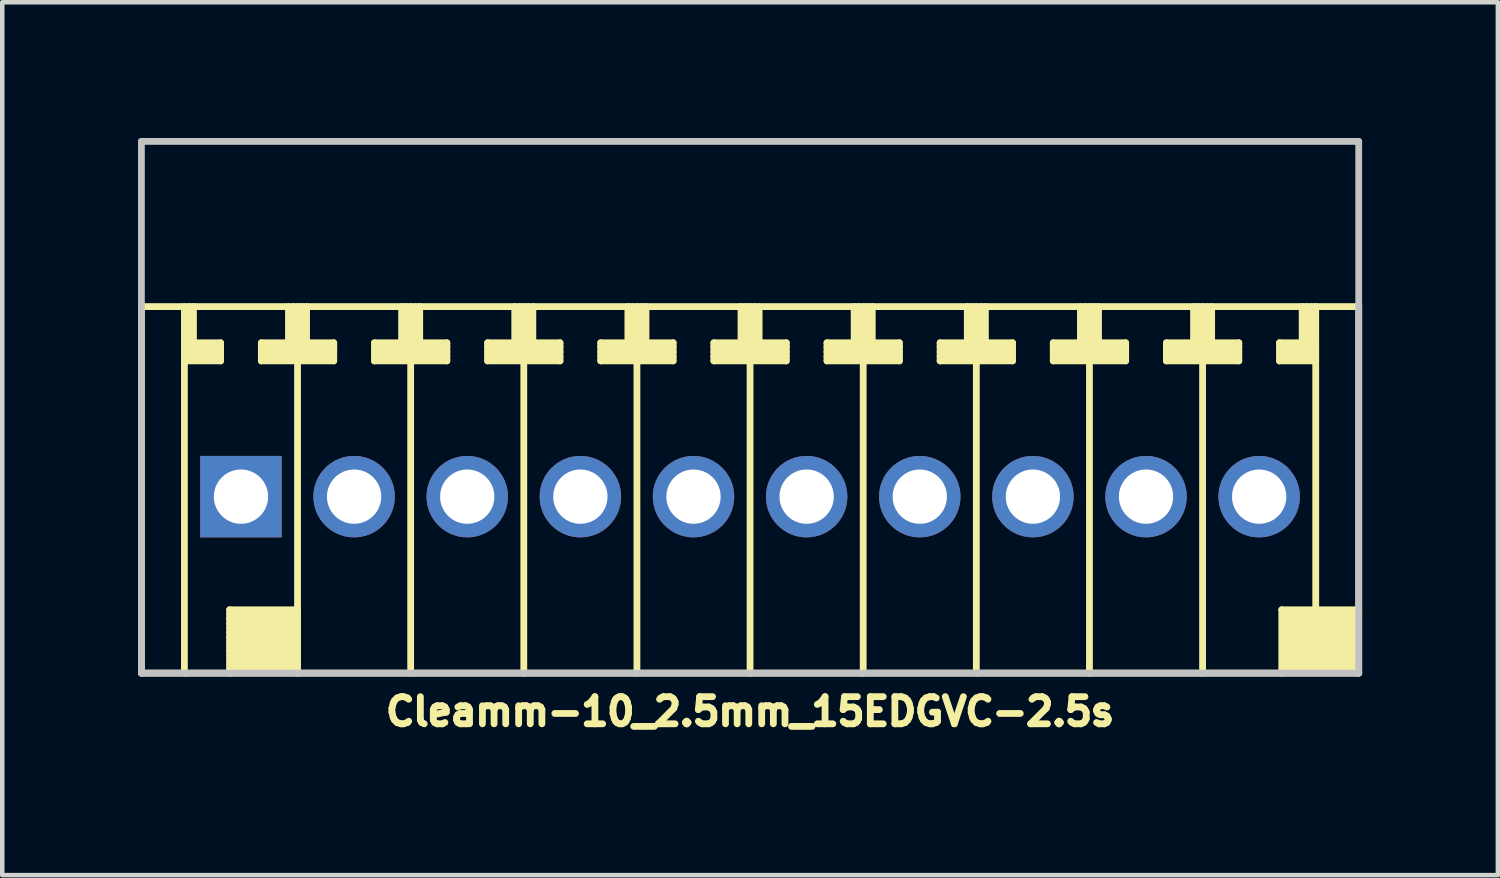
<source format=kicad_pcb>
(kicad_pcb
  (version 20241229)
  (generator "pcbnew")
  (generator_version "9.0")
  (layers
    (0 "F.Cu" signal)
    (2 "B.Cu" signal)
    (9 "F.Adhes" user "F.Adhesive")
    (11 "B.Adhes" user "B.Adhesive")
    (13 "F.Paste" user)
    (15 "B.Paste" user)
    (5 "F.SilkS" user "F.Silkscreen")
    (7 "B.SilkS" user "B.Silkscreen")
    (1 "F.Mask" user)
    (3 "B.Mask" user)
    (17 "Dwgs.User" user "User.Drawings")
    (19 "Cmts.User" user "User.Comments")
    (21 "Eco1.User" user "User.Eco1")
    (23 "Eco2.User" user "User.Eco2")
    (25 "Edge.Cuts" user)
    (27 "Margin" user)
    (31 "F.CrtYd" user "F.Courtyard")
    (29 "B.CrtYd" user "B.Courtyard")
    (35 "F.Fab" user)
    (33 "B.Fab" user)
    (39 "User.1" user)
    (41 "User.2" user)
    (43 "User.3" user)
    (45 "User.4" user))
  (footprint "Cleamm-10_2.5mm_15EDGVC-2.5s"
    (layer "F.Cu")
    (at 13.525 7.925)
    (property "Reference" "Cleamm-10_2.5mm_15EDGVC-2.5s" (at 0 4.75 0) (layer "F.SilkS") (effects (font (size 0.6 0.6) (thickness 0.15))))
    (attr through_hole)
    (fp_line (start -13.45 -4.2) (end 13.45 -4.2) (stroke (width 0.15) (type solid)) (layer "F.SilkS"))
    (fp_line (start -13.45 3.9) (end -13.45 -4.2) (stroke (width 0.15) (type solid)) (layer "F.SilkS"))
    (fp_line (start -12.5 -4.2) (end -12.5 3.9) (stroke (width 0.15) (type solid)) (layer "F.SilkS"))
    (fp_line (start -12.5 -3.2) (end -11.7 -3.2) (stroke (width 0.15) (type solid)) (layer "F.SilkS"))
    (fp_line (start -12.5 -3.1) (end -11.7 -3.1) (stroke (width 0.15) (type solid)) (layer "F.SilkS"))
    (fp_line (start -12.4 -4.2) (end -12.4 -3.4) (stroke (width 0.15) (type solid)) (layer "F.SilkS"))
    (fp_line (start -12.3 -4.2) (end -12.3 -3.4) (stroke (width 0.15) (type solid)) (layer "F.SilkS"))
    (fp_line (start -11.7 -3.4) (end -12.3 -3.4) (stroke (width 0.15) (type solid)) (layer "F.SilkS"))
    (fp_line (start -11.7 -3.3) (end -12.5 -3.3) (stroke (width 0.15) (type solid)) (layer "F.SilkS"))
    (fp_line (start -11.7 -3) (end -12.5 -3) (stroke (width 0.15) (type solid)) (layer "F.SilkS"))
    (fp_line (start -11.7 -3) (end -11.7 -3.4) (stroke (width 0.15) (type solid)) (layer "F.SilkS"))
    (fp_line (start -11.5 2.5) (end -11.5 3.9) (stroke (width 0.15) (type solid)) (layer "F.SilkS"))
    (fp_line (start -11.5 2.5) (end -10 2.5) (stroke (width 0.15) (type solid)) (layer "F.SilkS"))
    (fp_line (start -11.5 2.7) (end -10 2.7) (stroke (width 0.15) (type solid)) (layer "F.SilkS"))
    (fp_line (start -11.5 2.9) (end -10 2.9) (stroke (width 0.15) (type solid)) (layer "F.SilkS"))
    (fp_line (start -11.5 3.1) (end -10 3.1) (stroke (width 0.15) (type solid)) (layer "F.SilkS"))
    (fp_line (start -11.5 3.3) (end -10 3.3) (stroke (width 0.15) (type solid)) (layer "F.SilkS"))
    (fp_line (start -11.5 3.5) (end -10 3.5) (stroke (width 0.15) (type solid)) (layer "F.SilkS"))
    (fp_line (start -11.5 3.7) (end -10 3.7) (stroke (width 0.15) (type solid)) (layer "F.SilkS"))
    (fp_line (start -10.8 -3.4) (end -10.8 -3) (stroke (width 0.15) (type solid)) (layer "F.SilkS"))
    (fp_line (start -10.8 -3.3) (end -9.2 -3.3) (stroke (width 0.15) (type solid)) (layer "F.SilkS"))
    (fp_line (start -10.8 -3.1) (end -9.2 -3.1) (stroke (width 0.15) (type solid)) (layer "F.SilkS"))
    (fp_line (start -10.8 -3) (end -9.2 -3) (stroke (width 0.15) (type solid)) (layer "F.SilkS"))
    (fp_line (start -10.2 -4.2) (end -10.2 -3.4) (stroke (width 0.15) (type solid)) (layer "F.SilkS"))
    (fp_line (start -10.2 -3.4) (end -10.8 -3.4) (stroke (width 0.15) (type solid)) (layer "F.SilkS"))
    (fp_line (start -10.1 -4.2) (end -10.1 -3.4) (stroke (width 0.15) (type solid)) (layer "F.SilkS"))
    (fp_line (start -10 -4.2) (end -10 3.9) (stroke (width 0.15) (type solid)) (layer "F.SilkS"))
    (fp_line (start -10 2.6) (end -11.5 2.6) (stroke (width 0.15) (type solid)) (layer "F.SilkS"))
    (fp_line (start -10 2.8) (end -11.5 2.8) (stroke (width 0.15) (type solid)) (layer "F.SilkS"))
    (fp_line (start -10 3) (end -11.5 3) (stroke (width 0.15) (type solid)) (layer "F.SilkS"))
    (fp_line (start -10 3.2) (end -11.5 3.2) (stroke (width 0.15) (type solid)) (layer "F.SilkS"))
    (fp_line (start -10 3.4) (end -11.5 3.4) (stroke (width 0.15) (type solid)) (layer "F.SilkS"))
    (fp_line (start -10 3.6) (end -11.5 3.6) (stroke (width 0.15) (type solid)) (layer "F.SilkS"))
    (fp_line (start -10 3.8) (end -11.5 3.8) (stroke (width 0.15) (type solid)) (layer "F.SilkS"))
    (fp_line (start -9.9 -4.2) (end -9.9 -3.4) (stroke (width 0.15) (type solid)) (layer "F.SilkS"))
    (fp_line (start -9.8 -4.2) (end -9.8 -3.4) (stroke (width 0.15) (type solid)) (layer "F.SilkS"))
    (fp_line (start -9.2 -3.4) (end -9.8 -3.4) (stroke (width 0.15) (type solid)) (layer "F.SilkS"))
    (fp_line (start -9.2 -3.2) (end -10.8 -3.2) (stroke (width 0.15) (type solid)) (layer "F.SilkS"))
    (fp_line (start -9.2 -3) (end -9.2 -3.4) (stroke (width 0.15) (type solid)) (layer "F.SilkS"))
    (fp_line (start -8.3 -3.4) (end -8.3 -3) (stroke (width 0.15) (type solid)) (layer "F.SilkS"))
    (fp_line (start -8.3 -3.3) (end -6.7 -3.3) (stroke (width 0.15) (type solid)) (layer "F.SilkS"))
    (fp_line (start -8.3 -3.1) (end -6.7 -3.1) (stroke (width 0.15) (type solid)) (layer "F.SilkS"))
    (fp_line (start -8.3 -3) (end -6.7 -3) (stroke (width 0.15) (type solid)) (layer "F.SilkS"))
    (fp_line (start -7.7 -4.2) (end -7.7 -3.4) (stroke (width 0.15) (type solid)) (layer "F.SilkS"))
    (fp_line (start -7.7 -3.4) (end -8.3 -3.4) (stroke (width 0.15) (type solid)) (layer "F.SilkS"))
    (fp_line (start -7.6 -4.2) (end -7.6 -3.4) (stroke (width 0.15) (type solid)) (layer "F.SilkS"))
    (fp_line (start -7.5 -4.2) (end -7.5 3.9) (stroke (width 0.15) (type solid)) (layer "F.SilkS"))
    (fp_line (start -7.4 -4.2) (end -7.4 -3.4) (stroke (width 0.15) (type solid)) (layer "F.SilkS"))
    (fp_line (start -7.3 -4.2) (end -7.3 -3.4) (stroke (width 0.15) (type solid)) (layer "F.SilkS"))
    (fp_line (start -6.7 -3.4) (end -7.3 -3.4) (stroke (width 0.15) (type solid)) (layer "F.SilkS"))
    (fp_line (start -6.7 -3.2) (end -8.3 -3.2) (stroke (width 0.15) (type solid)) (layer "F.SilkS"))
    (fp_line (start -6.7 -3) (end -6.7 -3.4) (stroke (width 0.15) (type solid)) (layer "F.SilkS"))
    (fp_line (start -5.8 -3.4) (end -5.8 -3) (stroke (width 0.15) (type solid)) (layer "F.SilkS"))
    (fp_line (start -5.8 -3.3) (end -4.2 -3.3) (stroke (width 0.15) (type solid)) (layer "F.SilkS"))
    (fp_line (start -5.8 -3.1) (end -4.2 -3.1) (stroke (width 0.15) (type solid)) (layer "F.SilkS"))
    (fp_line (start -5.8 -3) (end -4.2 -3) (stroke (width 0.15) (type solid)) (layer "F.SilkS"))
    (fp_line (start -5.2 -4.2) (end -5.2 -3.4) (stroke (width 0.15) (type solid)) (layer "F.SilkS"))
    (fp_line (start -5.2 -3.4) (end -5.8 -3.4) (stroke (width 0.15) (type solid)) (layer "F.SilkS"))
    (fp_line (start -5.1 -4.2) (end -5.1 -3.4) (stroke (width 0.15) (type solid)) (layer "F.SilkS"))
    (fp_line (start -5 -4.2) (end -5 3.9) (stroke (width 0.15) (type solid)) (layer "F.SilkS"))
    (fp_line (start -4.9 -4.2) (end -4.9 -3.4) (stroke (width 0.15) (type solid)) (layer "F.SilkS"))
    (fp_line (start -4.8 -4.2) (end -4.8 -3.4) (stroke (width 0.15) (type solid)) (layer "F.SilkS"))
    (fp_line (start -4.2 -3.4) (end -4.8 -3.4) (stroke (width 0.15) (type solid)) (layer "F.SilkS"))
    (fp_line (start -4.2 -3.2) (end -5.8 -3.2) (stroke (width 0.15) (type solid)) (layer "F.SilkS"))
    (fp_line (start -4.2 -3) (end -4.2 -3.4) (stroke (width 0.15) (type solid)) (layer "F.SilkS"))
    (fp_line (start -3.3 -3.4) (end -3.3 -3) (stroke (width 0.15) (type solid)) (layer "F.SilkS"))
    (fp_line (start -3.3 -3.3) (end -1.7 -3.3) (stroke (width 0.15) (type solid)) (layer "F.SilkS"))
    (fp_line (start -3.3 -3.1) (end -1.7 -3.1) (stroke (width 0.15) (type solid)) (layer "F.SilkS"))
    (fp_line (start -3.3 -3) (end -1.7 -3) (stroke (width 0.15) (type solid)) (layer "F.SilkS"))
    (fp_line (start -2.7 -4.2) (end -2.7 -3.4) (stroke (width 0.15) (type solid)) (layer "F.SilkS"))
    (fp_line (start -2.7 -3.4) (end -3.3 -3.4) (stroke (width 0.15) (type solid)) (layer "F.SilkS"))
    (fp_line (start -2.6 -4.2) (end -2.6 -3.4) (stroke (width 0.15) (type solid)) (layer "F.SilkS"))
    (fp_line (start -2.5 -4.2) (end -2.5 3.9) (stroke (width 0.15) (type solid)) (layer "F.SilkS"))
    (fp_line (start -2.4 -4.2) (end -2.4 -3.4) (stroke (width 0.15) (type solid)) (layer "F.SilkS"))
    (fp_line (start -2.3 -4.2) (end -2.3 -3.4) (stroke (width 0.15) (type solid)) (layer "F.SilkS"))
    (fp_line (start -1.7 -3.4) (end -2.3 -3.4) (stroke (width 0.15) (type solid)) (layer "F.SilkS"))
    (fp_line (start -1.7 -3.2) (end -3.3 -3.2) (stroke (width 0.15) (type solid)) (layer "F.SilkS"))
    (fp_line (start -1.7 -3) (end -1.7 -3.4) (stroke (width 0.15) (type solid)) (layer "F.SilkS"))
    (fp_line (start -0.8 -3.4) (end -0.8 -3) (stroke (width 0.15) (type solid)) (layer "F.SilkS"))
    (fp_line (start -0.8 -3.3) (end 0.8 -3.3) (stroke (width 0.15) (type solid)) (layer "F.SilkS"))
    (fp_line (start -0.8 -3.1) (end 0.8 -3.1) (stroke (width 0.15) (type solid)) (layer "F.SilkS"))
    (fp_line (start -0.8 -3) (end 0.8 -3) (stroke (width 0.15) (type solid)) (layer "F.SilkS"))
    (fp_line (start -0.2 -4.2) (end -0.2 -3.4) (stroke (width 0.15) (type solid)) (layer "F.SilkS"))
    (fp_line (start -0.2 -3.4) (end -0.8 -3.4) (stroke (width 0.15) (type solid)) (layer "F.SilkS"))
    (fp_line (start -0.1 -4.2) (end -0.1 -3.4) (stroke (width 0.15) (type solid)) (layer "F.SilkS"))
    (fp_line (start 0 -4.2) (end 0 3.9) (stroke (width 0.15) (type solid)) (layer "F.SilkS"))
    (fp_line (start 0.1 -4.2) (end 0.1 -3.4) (stroke (width 0.15) (type solid)) (layer "F.SilkS"))
    (fp_line (start 0.2 -4.2) (end 0.2 -3.4) (stroke (width 0.15) (type solid)) (layer "F.SilkS"))
    (fp_line (start 0.8 -3.4) (end 0.2 -3.4) (stroke (width 0.15) (type solid)) (layer "F.SilkS"))
    (fp_line (start 0.8 -3.2) (end -0.8 -3.2) (stroke (width 0.15) (type solid)) (layer "F.SilkS"))
    (fp_line (start 0.8 -3) (end 0.8 -3.4) (stroke (width 0.15) (type solid)) (layer "F.SilkS"))
    (fp_line (start 1.7 -3.4) (end 1.7 -3) (stroke (width 0.15) (type solid)) (layer "F.SilkS"))
    (fp_line (start 1.7 -3.3) (end 3.3 -3.3) (stroke (width 0.15) (type solid)) (layer "F.SilkS"))
    (fp_line (start 1.7 -3.1) (end 3.3 -3.1) (stroke (width 0.15) (type solid)) (layer "F.SilkS"))
    (fp_line (start 1.7 -3) (end 3.3 -3) (stroke (width 0.15) (type solid)) (layer "F.SilkS"))
    (fp_line (start 2.3 -4.2) (end 2.3 -3.4) (stroke (width 0.15) (type solid)) (layer "F.SilkS"))
    (fp_line (start 2.3 -3.4) (end 1.7 -3.4) (stroke (width 0.15) (type solid)) (layer "F.SilkS"))
    (fp_line (start 2.4 -4.2) (end 2.4 -3.4) (stroke (width 0.15) (type solid)) (layer "F.SilkS"))
    (fp_line (start 2.5 -4.2) (end 2.5 3.9) (stroke (width 0.15) (type solid)) (layer "F.SilkS"))
    (fp_line (start 2.6 -4.2) (end 2.6 -3.4) (stroke (width 0.15) (type solid)) (layer "F.SilkS"))
    (fp_line (start 2.7 -4.2) (end 2.7 -3.4) (stroke (width 0.15) (type solid)) (layer "F.SilkS"))
    (fp_line (start 3.3 -3.4) (end 2.7 -3.4) (stroke (width 0.15) (type solid)) (layer "F.SilkS"))
    (fp_line (start 3.3 -3.2) (end 1.7 -3.2) (stroke (width 0.15) (type solid)) (layer "F.SilkS"))
    (fp_line (start 3.3 -3) (end 3.3 -3.4) (stroke (width 0.15) (type solid)) (layer "F.SilkS"))
    (fp_line (start 4.2 -3.4) (end 4.2 -3) (stroke (width 0.15) (type solid)) (layer "F.SilkS"))
    (fp_line (start 4.2 -3.3) (end 5.8 -3.3) (stroke (width 0.15) (type solid)) (layer "F.SilkS"))
    (fp_line (start 4.2 -3.1) (end 5.8 -3.1) (stroke (width 0.15) (type solid)) (layer "F.SilkS"))
    (fp_line (start 4.2 -3) (end 5.8 -3) (stroke (width 0.15) (type solid)) (layer "F.SilkS"))
    (fp_line (start 4.8 -4.2) (end 4.8 -3.4) (stroke (width 0.15) (type solid)) (layer "F.SilkS"))
    (fp_line (start 4.8 -3.4) (end 4.2 -3.4) (stroke (width 0.15) (type solid)) (layer "F.SilkS"))
    (fp_line (start 4.9 -4.2) (end 4.9 -3.4) (stroke (width 0.15) (type solid)) (layer "F.SilkS"))
    (fp_line (start 5 3.9) (end 5 -4.2) (stroke (width 0.15) (type solid)) (layer "F.SilkS"))
    (fp_line (start 5.1 -4.2) (end 5.1 -3.4) (stroke (width 0.15) (type solid)) (layer "F.SilkS"))
    (fp_line (start 5.2 -4.2) (end 5.2 -3.4) (stroke (width 0.15) (type solid)) (layer "F.SilkS"))
    (fp_line (start 5.8 -3.4) (end 5.2 -3.4) (stroke (width 0.15) (type solid)) (layer "F.SilkS"))
    (fp_line (start 5.8 -3.2) (end 4.2 -3.2) (stroke (width 0.15) (type solid)) (layer "F.SilkS"))
    (fp_line (start 5.8 -3) (end 5.8 -3.4) (stroke (width 0.15) (type solid)) (layer "F.SilkS"))
    (fp_line (start 6.7 -3.4) (end 6.7 -3) (stroke (width 0.15) (type solid)) (layer "F.SilkS"))
    (fp_line (start 6.7 -3.3) (end 8.3 -3.3) (stroke (width 0.15) (type solid)) (layer "F.SilkS"))
    (fp_line (start 6.7 -3.1) (end 8.3 -3.1) (stroke (width 0.15) (type solid)) (layer "F.SilkS"))
    (fp_line (start 6.7 -3) (end 8.3 -3) (stroke (width 0.15) (type solid)) (layer "F.SilkS"))
    (fp_line (start 7.3 -4.2) (end 7.3 -3.4) (stroke (width 0.15) (type solid)) (layer "F.SilkS"))
    (fp_line (start 7.3 -3.4) (end 6.7 -3.4) (stroke (width 0.15) (type solid)) (layer "F.SilkS"))
    (fp_line (start 7.4 -4.2) (end 7.4 -3.4) (stroke (width 0.15) (type solid)) (layer "F.SilkS"))
    (fp_line (start 7.5 3.9) (end 7.5 -4.2) (stroke (width 0.15) (type solid)) (layer "F.SilkS"))
    (fp_line (start 7.6 -4.2) (end 7.6 -3.4) (stroke (width 0.15) (type solid)) (layer "F.SilkS"))
    (fp_line (start 7.7 -4.2) (end 7.7 -3.4) (stroke (width 0.15) (type solid)) (layer "F.SilkS"))
    (fp_line (start 8.3 -3.4) (end 7.7 -3.4) (stroke (width 0.15) (type solid)) (layer "F.SilkS"))
    (fp_line (start 8.3 -3.2) (end 6.7 -3.2) (stroke (width 0.15) (type solid)) (layer "F.SilkS"))
    (fp_line (start 8.3 -3) (end 8.3 -3.4) (stroke (width 0.15) (type solid)) (layer "F.SilkS"))
    (fp_line (start 9.2 -3.4) (end 9.2 -3) (stroke (width 0.15) (type solid)) (layer "F.SilkS"))
    (fp_line (start 9.2 -3.3) (end 10.8 -3.3) (stroke (width 0.15) (type solid)) (layer "F.SilkS"))
    (fp_line (start 9.2 -3.1) (end 10.8 -3.1) (stroke (width 0.15) (type solid)) (layer "F.SilkS"))
    (fp_line (start 9.2 -3) (end 10.8 -3) (stroke (width 0.15) (type solid)) (layer "F.SilkS"))
    (fp_line (start 9.8 -4.2) (end 9.8 -3.4) (stroke (width 0.15) (type solid)) (layer "F.SilkS"))
    (fp_line (start 9.8 -3.4) (end 9.2 -3.4) (stroke (width 0.15) (type solid)) (layer "F.SilkS"))
    (fp_line (start 9.9 -4.2) (end 9.9 -3.4) (stroke (width 0.15) (type solid)) (layer "F.SilkS"))
    (fp_line (start 10 -4.2) (end 10 3.9) (stroke (width 0.15) (type solid)) (layer "F.SilkS"))
    (fp_line (start 10.1 -4.2) (end 10.1 -3.4) (stroke (width 0.15) (type solid)) (layer "F.SilkS"))
    (fp_line (start 10.2 -4.2) (end 10.2 -3.4) (stroke (width 0.15) (type solid)) (layer "F.SilkS"))
    (fp_line (start 10.8 -3.4) (end 10.2 -3.4) (stroke (width 0.15) (type solid)) (layer "F.SilkS"))
    (fp_line (start 10.8 -3.2) (end 9.2 -3.2) (stroke (width 0.15) (type solid)) (layer "F.SilkS"))
    (fp_line (start 10.8 -3) (end 10.8 -3.4) (stroke (width 0.15) (type solid)) (layer "F.SilkS"))
    (fp_line (start 11.7 -3.4) (end 11.7 -3) (stroke (width 0.15) (type solid)) (layer "F.SilkS"))
    (fp_line (start 11.7 -3.1) (end 12.5 -3.1) (stroke (width 0.15) (type solid)) (layer "F.SilkS"))
    (fp_line (start 11.7 -3) (end 12.5 -3) (stroke (width 0.15) (type solid)) (layer "F.SilkS"))
    (fp_line (start 11.75 2.5) (end 11.75 3.9) (stroke (width 0.15) (type solid)) (layer "F.SilkS"))
    (fp_line (start 11.8 2.6) (end 13.4 2.6) (stroke (width 0.15) (type solid)) (layer "F.SilkS"))
    (fp_line (start 11.8 2.8) (end 13.4 2.8) (stroke (width 0.15) (type solid)) (layer "F.SilkS"))
    (fp_line (start 11.8 3) (end 13.4 3) (stroke (width 0.15) (type solid)) (layer "F.SilkS"))
    (fp_line (start 11.8 3.2) (end 13.4 3.2) (stroke (width 0.15) (type solid)) (layer "F.SilkS"))
    (fp_line (start 11.8 3.4) (end 13.4 3.4) (stroke (width 0.15) (type solid)) (layer "F.SilkS"))
    (fp_line (start 11.8 3.6) (end 13.4 3.6) (stroke (width 0.15) (type solid)) (layer "F.SilkS"))
    (fp_line (start 11.8 3.8) (end 13.4 3.8) (stroke (width 0.15) (type solid)) (layer "F.SilkS"))
    (fp_line (start 12.2 -4.2) (end 12.2 -3.4) (stroke (width 0.15) (type solid)) (layer "F.SilkS"))
    (fp_line (start 12.3 -3.4) (end 12.3 -4.2) (stroke (width 0.15) (type solid)) (layer "F.SilkS"))
    (fp_line (start 12.4 -4.2) (end 12.4 -3.4) (stroke (width 0.15) (type solid)) (layer "F.SilkS"))
    (fp_line (start 12.5 -3.4) (end 11.7 -3.4) (stroke (width 0.15) (type solid)) (layer "F.SilkS"))
    (fp_line (start 12.5 -3.3) (end 11.7 -3.3) (stroke (width 0.15) (type solid)) (layer "F.SilkS"))
    (fp_line (start 12.5 -3.2) (end 11.7 -3.2) (stroke (width 0.15) (type solid)) (layer "F.SilkS"))
    (fp_line (start 12.5 2.5) (end 12.5 -4.2) (stroke (width 0.15) (type solid)) (layer "F.SilkS"))
    (fp_line (start 13.4 2.7) (end 11.8 2.7) (stroke (width 0.15) (type solid)) (layer "F.SilkS"))
    (fp_line (start 13.4 2.9) (end 11.8 2.9) (stroke (width 0.15) (type solid)) (layer "F.SilkS"))
    (fp_line (start 13.4 3.1) (end 11.8 3.1) (stroke (width 0.15) (type solid)) (layer "F.SilkS"))
    (fp_line (start 13.4 3.3) (end 11.8 3.3) (stroke (width 0.15) (type solid)) (layer "F.SilkS"))
    (fp_line (start 13.4 3.5) (end 11.8 3.5) (stroke (width 0.15) (type solid)) (layer "F.SilkS"))
    (fp_line (start 13.4 3.7) (end 11.8 3.7) (stroke (width 0.15) (type solid)) (layer "F.SilkS"))
    (fp_line (start 13.45 2.5) (end 11.75 2.5) (stroke (width 0.15) (type solid)) (layer "F.SilkS"))
    (fp_line (start 13.45 3.9) (end -13.45 3.9) (stroke (width 0.15) (type solid)) (layer "F.SilkS"))
    (fp_line (start 13.45 3.9) (end 13.45 -4.2) (stroke (width 0.15) (type solid)) (layer "F.SilkS"))
    (fp_line (start -13.45 -7.85) (end -13.45 3.9) (stroke (width 0.15) (type solid)) (layer "Dwgs.User"))
    (fp_line (start -13.45 -7.85) (end 13.45 -7.85) (stroke (width 0.15) (type solid)) (layer "Dwgs.User"))
    (fp_line (start 13.45 3.9) (end -13.45 3.9) (stroke (width 0.15) (type solid)) (layer "Dwgs.User"))
    (fp_line (start 13.45 3.9) (end 13.45 -7.85) (stroke (width 0.15) (type solid)) (layer "Dwgs.User"))
    (pad "1" thru_hole rect (at -11.25 0) (size 1.8 1.8) (drill 1.2) (layers "*.Cu" "*.Mask"))
    (pad "2" thru_hole circle (at -8.75 0) (size 1.8 1.8) (drill 1.2) (layers "*.Cu" "*.Mask"))
    (pad "3" thru_hole circle (at -6.25 0) (size 1.8 1.8) (drill 1.2) (layers "*.Cu" "*.Mask"))
    (pad "4" thru_hole circle (at -3.75 0) (size 1.8 1.8) (drill 1.2) (layers "*.Cu" "*.Mask"))
    (pad "5" thru_hole circle (at -1.25 0) (size 1.8 1.8) (drill 1.2) (layers "*.Cu" "*.Mask"))
    (pad "6" thru_hole circle (at 1.25 0) (size 1.8 1.8) (drill 1.2) (layers "*.Cu" "*.Mask"))
    (pad "7" thru_hole circle (at 3.75 0) (size 1.8 1.8) (drill 1.2) (layers "*.Cu" "*.Mask"))
    (pad "8" thru_hole circle (at 6.25 0) (size 1.8 1.8) (drill 1.2) (layers "*.Cu" "*.Mask"))
    (pad "9" thru_hole circle (at 8.75 0) (size 1.8 1.8) (drill 1.2) (layers "*.Cu" "*.Mask"))
    (pad "10" thru_hole circle (at 11.25 0) (size 1.8 1.8) (drill 1.2) (layers "*.Cu" "*.Mask")))
  (gr_rect
    (start -3 -3)
    (end 30.05 16.289)
    (stroke (width 0.1) (type default))
    (fill no)
    (layer "Edge.Cuts")))
</source>
